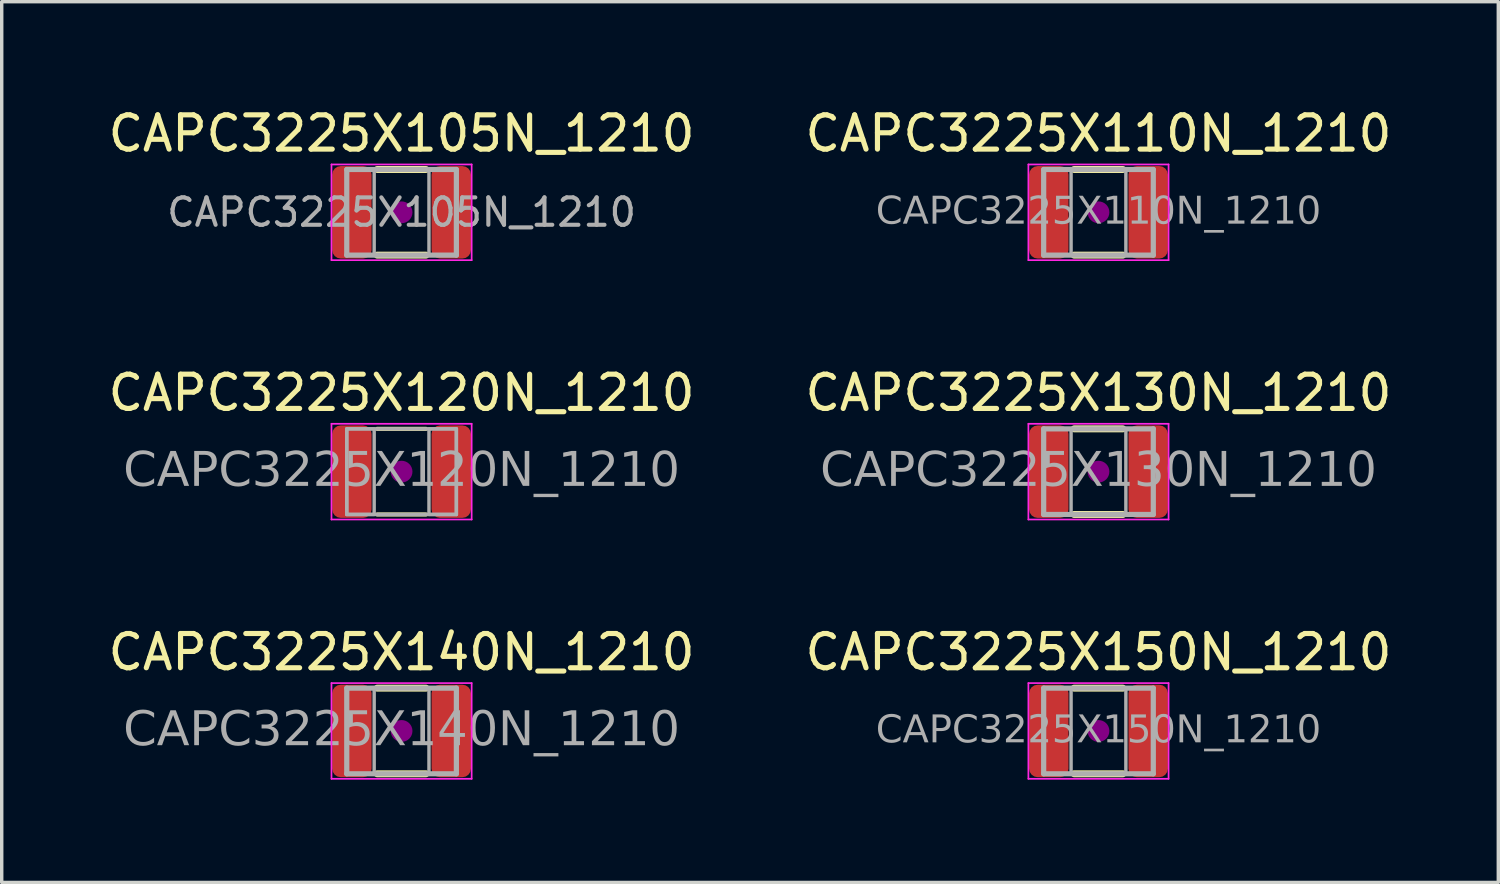
<source format=kicad_pcb>
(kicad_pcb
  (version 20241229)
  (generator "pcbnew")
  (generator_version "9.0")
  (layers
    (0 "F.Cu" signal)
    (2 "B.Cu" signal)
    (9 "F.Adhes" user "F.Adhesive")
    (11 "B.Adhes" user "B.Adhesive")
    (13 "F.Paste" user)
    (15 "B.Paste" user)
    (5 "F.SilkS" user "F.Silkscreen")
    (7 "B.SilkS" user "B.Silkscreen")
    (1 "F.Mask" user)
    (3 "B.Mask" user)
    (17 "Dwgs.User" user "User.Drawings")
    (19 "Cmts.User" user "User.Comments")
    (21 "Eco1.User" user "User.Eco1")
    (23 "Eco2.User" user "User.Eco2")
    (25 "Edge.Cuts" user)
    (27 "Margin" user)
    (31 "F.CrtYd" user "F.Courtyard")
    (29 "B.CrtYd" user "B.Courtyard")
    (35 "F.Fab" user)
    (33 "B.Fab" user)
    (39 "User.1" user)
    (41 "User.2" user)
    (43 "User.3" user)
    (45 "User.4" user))
  (footprint "CAPC3225X150N_1210"
    (layer "F.Cu")
    (at 29.018 18.289)
    (property "Reference" "CAPC3225X150N_1210" (at 0 -2.3 0) (layer "F.SilkS") (effects (font (size 1 1) (thickness 0.15))))
    (attr smd)
    (fp_line (start -0.711 -1.25) (end 0.711 -1.25) (stroke (width 0.203) (type solid)) (layer "F.SilkS"))
    (fp_line (start -0.711 1.25) (end 0.711 1.25) (stroke (width 0.203) (type solid)) (layer "F.SilkS"))
    (fp_circle (center 0 0) (end 0.318 0) (stroke (width 0) (type solid)) (fill yes) (layer "F.Adhes"))
    (fp_line (start -2.046 -1.397) (end 2.046 -1.397) (stroke (width 0.05) (type solid)) (layer "F.CrtYd"))
    (fp_line (start -2.046 1.397) (end -2.046 -1.397) (stroke (width 0.05) (type solid)) (layer "F.CrtYd"))
    (fp_line (start 2.046 -1.397) (end 2.046 1.397) (stroke (width 0.05) (type solid)) (layer "F.CrtYd"))
    (fp_line (start 2.046 1.397) (end -2.046 1.397) (stroke (width 0.05) (type solid)) (layer "F.CrtYd"))
    (fp_line (start -1.6 -1.25) (end 1.6 -1.25) (stroke (width 0.152) (type solid)) (layer "F.Fab"))
    (fp_line (start -1.6 1.25) (end -1.6 -1.25) (stroke (width 0.152) (type solid)) (layer "F.Fab"))
    (fp_line (start 1.6 -1.25) (end 1.6 1.25) (stroke (width 0.152) (type solid)) (layer "F.Fab"))
    (fp_line (start 1.6 1.25) (end -1.6 1.25) (stroke (width 0.152) (type solid)) (layer "F.Fab"))
    (fp_rect (start -1.6 -1.25) (end -0.8 1.25) (stroke (width 0.1) (type solid)) (fill no) (layer "F.Fab"))
    (fp_rect (start 0.8 -1.25) (end 1.6 1.25) (stroke (width 0.1) (type solid)) (fill no) (layer "F.Fab"))
    (fp_text user "${REFERENCE}" (at 0 0 0) (layer "F.Fab") (effects (font (face "Tahoma") (size 0.8 0.8) (thickness 0.12))))
    (pad "1" smd roundrect (at -1.45 0) (size 1.15 2.7) (layers "F.Cu" "F.Mask" "F.Paste") (roundrect_rratio 0.217))
    (pad "2" smd roundrect (at 1.45 0) (size 1.15 2.7) (layers "F.Cu" "F.Mask" "F.Paste") (roundrect_rratio 0.217)))
  (footprint "CAPC3225X120N_1210"
    (layer "F.Cu")
    (at 8.673 10.719)
    (property "Reference" "CAPC3225X120N_1210" (at 0 -2.3 0) (layer "F.SilkS") (effects (font (size 1 1) (thickness 0.15))))
    (attr smd)
    (fp_line (start -0.711 -1.25) (end 0.711 -1.25) (stroke (width 0.12) (type solid)) (layer "F.SilkS"))
    (fp_line (start -0.711 1.25) (end 0.711 1.25) (stroke (width 0.12) (type solid)) (layer "F.SilkS"))
    (fp_circle (center 0 0) (end 0.318 0) (stroke (width 0) (type solid)) (fill yes) (layer "F.Adhes"))
    (fp_line (start -2.046 -1.397) (end 2.046 -1.397) (stroke (width 0.05) (type solid)) (layer "F.CrtYd"))
    (fp_line (start -2.046 1.397) (end -2.046 -1.397) (stroke (width 0.05) (type solid)) (layer "F.CrtYd"))
    (fp_line (start 2.046 -1.397) (end 2.046 1.397) (stroke (width 0.05) (type solid)) (layer "F.CrtYd"))
    (fp_line (start 2.046 1.397) (end -2.046 1.397) (stroke (width 0.05) (type solid)) (layer "F.CrtYd"))
    (fp_line (start -1.6 -1.25) (end 1.6 -1.25) (stroke (width 0.1) (type solid)) (layer "F.Fab"))
    (fp_line (start -1.6 1.25) (end -1.6 -1.25) (stroke (width 0.1) (type solid)) (layer "F.Fab"))
    (fp_line (start 1.6 -1.25) (end 1.6 1.25) (stroke (width 0.1) (type solid)) (layer "F.Fab"))
    (fp_line (start 1.6 1.25) (end -1.6 1.25) (stroke (width 0.1) (type solid)) (layer "F.Fab"))
    (fp_rect (start -1.6 -1.25) (end -0.8 1.25) (stroke (width 0.1) (type solid)) (fill no) (layer "F.Fab"))
    (fp_rect (start 0.8 -1.25) (end 1.6 1.25) (stroke (width 0.1) (type solid)) (fill no) (layer "F.Fab"))
    (fp_text user "${REFERENCE}" (at 0 0 0) (layer "F.Fab") (effects (font (face "Tahoma") (size 1 1) (thickness 0.15))))
    (pad "1" smd roundrect (at -1.45 0) (size 1.15 2.7) (layers "F.Cu" "F.Mask" "F.Paste") (roundrect_rratio 0.217))
    (pad "2" smd roundrect (at 1.45 0) (size 1.15 2.7) (layers "F.Cu" "F.Mask" "F.Paste") (roundrect_rratio 0.217)))
  (footprint "CAPC3225X130N_1210"
    (layer "F.Cu")
    (at 29.018 10.719)
    (property "Reference" "CAPC3225X130N_1210" (at 0 -2.3 0) (layer "F.SilkS") (effects (font (size 1 1) (thickness 0.15))))
    (attr smd)
    (fp_line (start -0.711 -1.25) (end 0.711 -1.25) (stroke (width 0.203) (type solid)) (layer "F.SilkS"))
    (fp_line (start -0.711 1.25) (end 0.711 1.25) (stroke (width 0.203) (type solid)) (layer "F.SilkS"))
    (fp_circle (center 0 0) (end 0.318 0) (stroke (width 0) (type solid)) (fill yes) (layer "F.Adhes"))
    (fp_line (start -2.046 -1.397) (end 2.046 -1.397) (stroke (width 0.05) (type solid)) (layer "F.CrtYd"))
    (fp_line (start -2.046 1.397) (end -2.046 -1.397) (stroke (width 0.05) (type solid)) (layer "F.CrtYd"))
    (fp_line (start 2.046 -1.397) (end 2.046 1.397) (stroke (width 0.05) (type solid)) (layer "F.CrtYd"))
    (fp_line (start 2.046 1.397) (end -2.046 1.397) (stroke (width 0.05) (type solid)) (layer "F.CrtYd"))
    (fp_line (start -1.6 -1.25) (end 1.6 -1.25) (stroke (width 0.152) (type solid)) (layer "F.Fab"))
    (fp_line (start -1.6 1.25) (end -1.6 -1.25) (stroke (width 0.152) (type solid)) (layer "F.Fab"))
    (fp_line (start 1.6 -1.25) (end 1.6 1.25) (stroke (width 0.152) (type solid)) (layer "F.Fab"))
    (fp_line (start 1.6 1.25) (end -1.6 1.25) (stroke (width 0.152) (type solid)) (layer "F.Fab"))
    (fp_rect (start -1.6 -1.25) (end -0.8 1.25) (stroke (width 0.1) (type solid)) (fill no) (layer "F.Fab"))
    (fp_rect (start 0.8 -1.25) (end 1.6 1.25) (stroke (width 0.1) (type solid)) (fill no) (layer "F.Fab"))
    (fp_text user "${REFERENCE}" (at 0 0 0) (layer "F.Fab") (effects (font (face "Tahoma") (size 1 1) (thickness 0.15))))
    (pad "1" smd roundrect (at -1.45 0) (size 1.15 2.7) (layers "F.Cu" "F.Mask" "F.Paste") (roundrect_rratio 0.217))
    (pad "2" smd roundrect (at 1.45 0) (size 1.15 2.7) (layers "F.Cu" "F.Mask" "F.Paste") (roundrect_rratio 0.217)))
  (footprint "CAPC3225X105N_1210"
    (layer "F.Cu")
    (at 8.673 3.148)
    (property "Reference" "CAPC3225X105N_1210" (at 0 -2.3 0) (layer "F.SilkS") (effects (font (size 1 1) (thickness 0.15))))
    (attr smd)
    (fp_line (start -0.711 -1.25) (end 0.711 -1.25) (stroke (width 0.203) (type solid)) (layer "F.SilkS"))
    (fp_line (start -0.711 1.25) (end 0.711 1.25) (stroke (width 0.203) (type solid)) (layer "F.SilkS"))
    (fp_circle (center 0 0) (end 0.318 0) (stroke (width 0) (type solid)) (fill yes) (layer "F.Adhes"))
    (fp_line (start -2.046 -1.397) (end 2.046 -1.397) (stroke (width 0.05) (type solid)) (layer "F.CrtYd"))
    (fp_line (start -2.046 1.397) (end -2.046 -1.397) (stroke (width 0.05) (type solid)) (layer "F.CrtYd"))
    (fp_line (start 2.046 -1.397) (end 2.046 1.397) (stroke (width 0.05) (type solid)) (layer "F.CrtYd"))
    (fp_line (start 2.046 1.397) (end -2.046 1.397) (stroke (width 0.05) (type solid)) (layer "F.CrtYd"))
    (fp_line (start -1.6 -1.25) (end 1.6 -1.25) (stroke (width 0.152) (type solid)) (layer "F.Fab"))
    (fp_line (start -1.6 1.25) (end -1.6 -1.25) (stroke (width 0.152) (type solid)) (layer "F.Fab"))
    (fp_line (start 1.6 -1.25) (end 1.6 1.25) (stroke (width 0.152) (type solid)) (layer "F.Fab"))
    (fp_line (start 1.6 1.25) (end -1.6 1.25) (stroke (width 0.152) (type solid)) (layer "F.Fab"))
    (fp_rect (start -1.6 -1.25) (end -0.8 1.25) (stroke (width 0.1) (type solid)) (fill no) (layer "F.Fab"))
    (fp_rect (start 0.8 -1.25) (end 1.6 1.25) (stroke (width 0.1) (type solid)) (fill no) (layer "F.Fab"))
    (fp_text user "${REFERENCE}" (at 0 0 0) (layer "F.Fab") (effects (font (size 0.8 0.8) (thickness 0.12))))
    (pad "1" smd roundrect (at -1.45 0) (size 1.15 2.7) (layers "F.Cu" "F.Mask" "F.Paste") (roundrect_rratio 0.217))
    (pad "2" smd roundrect (at 1.45 0) (size 1.15 2.7) (layers "F.Cu" "F.Mask" "F.Paste") (roundrect_rratio 0.217)))
  (footprint "CAPC3225X110N_1210"
    (layer "F.Cu")
    (at 29.018 3.148)
    (property "Reference" "CAPC3225X110N_1210" (at 0 -2.3 0) (layer "F.SilkS") (effects (font (size 1 1) (thickness 0.15))))
    (attr smd)
    (fp_line (start -0.711 -1.25) (end 0.711 -1.25) (stroke (width 0.203) (type solid)) (layer "F.SilkS"))
    (fp_line (start -0.711 1.25) (end 0.711 1.25) (stroke (width 0.203) (type solid)) (layer "F.SilkS"))
    (fp_circle (center 0 0) (end 0.318 0) (stroke (width 0) (type solid)) (fill yes) (layer "F.Adhes"))
    (fp_line (start -2.046 -1.397) (end 2.046 -1.397) (stroke (width 0.05) (type solid)) (layer "F.CrtYd"))
    (fp_line (start -2.046 1.397) (end -2.046 -1.397) (stroke (width 0.05) (type solid)) (layer "F.CrtYd"))
    (fp_line (start 2.046 -1.397) (end 2.046 1.397) (stroke (width 0.05) (type solid)) (layer "F.CrtYd"))
    (fp_line (start 2.046 1.397) (end -2.046 1.397) (stroke (width 0.05) (type solid)) (layer "F.CrtYd"))
    (fp_line (start -1.6 -1.25) (end 1.6 -1.25) (stroke (width 0.152) (type solid)) (layer "F.Fab"))
    (fp_line (start -1.6 1.25) (end -1.6 -1.25) (stroke (width 0.152) (type solid)) (layer "F.Fab"))
    (fp_line (start 1.6 -1.25) (end 1.6 1.25) (stroke (width 0.152) (type solid)) (layer "F.Fab"))
    (fp_line (start 1.6 1.25) (end -1.6 1.25) (stroke (width 0.152) (type solid)) (layer "F.Fab"))
    (fp_rect (start -1.6 -1.25) (end -0.8 1.25) (stroke (width 0.1) (type solid)) (fill no) (layer "F.Fab"))
    (fp_rect (start 0.8 -1.25) (end 1.6 1.25) (stroke (width 0.1) (type solid)) (fill no) (layer "F.Fab"))
    (fp_text user "${REFERENCE}" (at 0 0 0) (layer "F.Fab") (effects (font (face "Tahoma") (size 0.8 0.8) (thickness 0.12))))
    (pad "1" smd roundrect (at -1.45 0) (size 1.15 2.7) (layers "F.Cu" "F.Mask" "F.Paste") (roundrect_rratio 0.217))
    (pad "2" smd roundrect (at 1.45 0) (size 1.15 2.7) (layers "F.Cu" "F.Mask" "F.Paste") (roundrect_rratio 0.217)))
  (footprint "CAPC3225X140N_1210"
    (layer "F.Cu")
    (at 8.673 18.289)
    (property "Reference" "CAPC3225X140N_1210" (at 0 -2.3 0) (layer "F.SilkS") (effects (font (size 1 1) (thickness 0.15))))
    (attr smd)
    (fp_line (start -0.711 -1.25) (end 0.711 -1.25) (stroke (width 0.203) (type solid)) (layer "F.SilkS"))
    (fp_line (start -0.711 1.25) (end 0.711 1.25) (stroke (width 0.203) (type solid)) (layer "F.SilkS"))
    (fp_circle (center 0 0) (end 0.318 0) (stroke (width 0) (type solid)) (fill yes) (layer "F.Adhes"))
    (fp_line (start -2.046 -1.397) (end 2.046 -1.397) (stroke (width 0.05) (type solid)) (layer "F.CrtYd"))
    (fp_line (start -2.046 1.397) (end -2.046 -1.397) (stroke (width 0.05) (type solid)) (layer "F.CrtYd"))
    (fp_line (start 2.046 -1.397) (end 2.046 1.397) (stroke (width 0.05) (type solid)) (layer "F.CrtYd"))
    (fp_line (start 2.046 1.397) (end -2.046 1.397) (stroke (width 0.05) (type solid)) (layer "F.CrtYd"))
    (fp_line (start -1.6 -1.25) (end 1.6 -1.25) (stroke (width 0.152) (type solid)) (layer "F.Fab"))
    (fp_line (start -1.6 1.25) (end -1.6 -1.25) (stroke (width 0.152) (type solid)) (layer "F.Fab"))
    (fp_line (start 1.6 -1.25) (end 1.6 1.25) (stroke (width 0.152) (type solid)) (layer "F.Fab"))
    (fp_line (start 1.6 1.25) (end -1.6 1.25) (stroke (width 0.152) (type solid)) (layer "F.Fab"))
    (fp_rect (start -1.6 -1.25) (end -0.8 1.25) (stroke (width 0.1) (type solid)) (fill no) (layer "F.Fab"))
    (fp_rect (start 0.8 -1.25) (end 1.6 1.25) (stroke (width 0.1) (type solid)) (fill no) (layer "F.Fab"))
    (fp_text user "${REFERENCE}" (at 0 0 0) (layer "F.Fab") (effects (font (face "Tahoma") (size 1 1) (thickness 0.15))))
    (pad "1" smd roundrect (at -1.45 0) (size 1.15 2.7) (layers "F.Cu" "F.Mask" "F.Paste") (roundrect_rratio 0.217))
    (pad "2" smd roundrect (at 1.45 0) (size 1.15 2.7) (layers "F.Cu" "F.Mask" "F.Paste") (roundrect_rratio 0.217)))
  (gr_rect
    (start -3 -3)
    (end 40.69 22.711)
    (stroke (width 0.1) (type default))
    (fill no)
    (layer "Edge.Cuts")))
</source>
